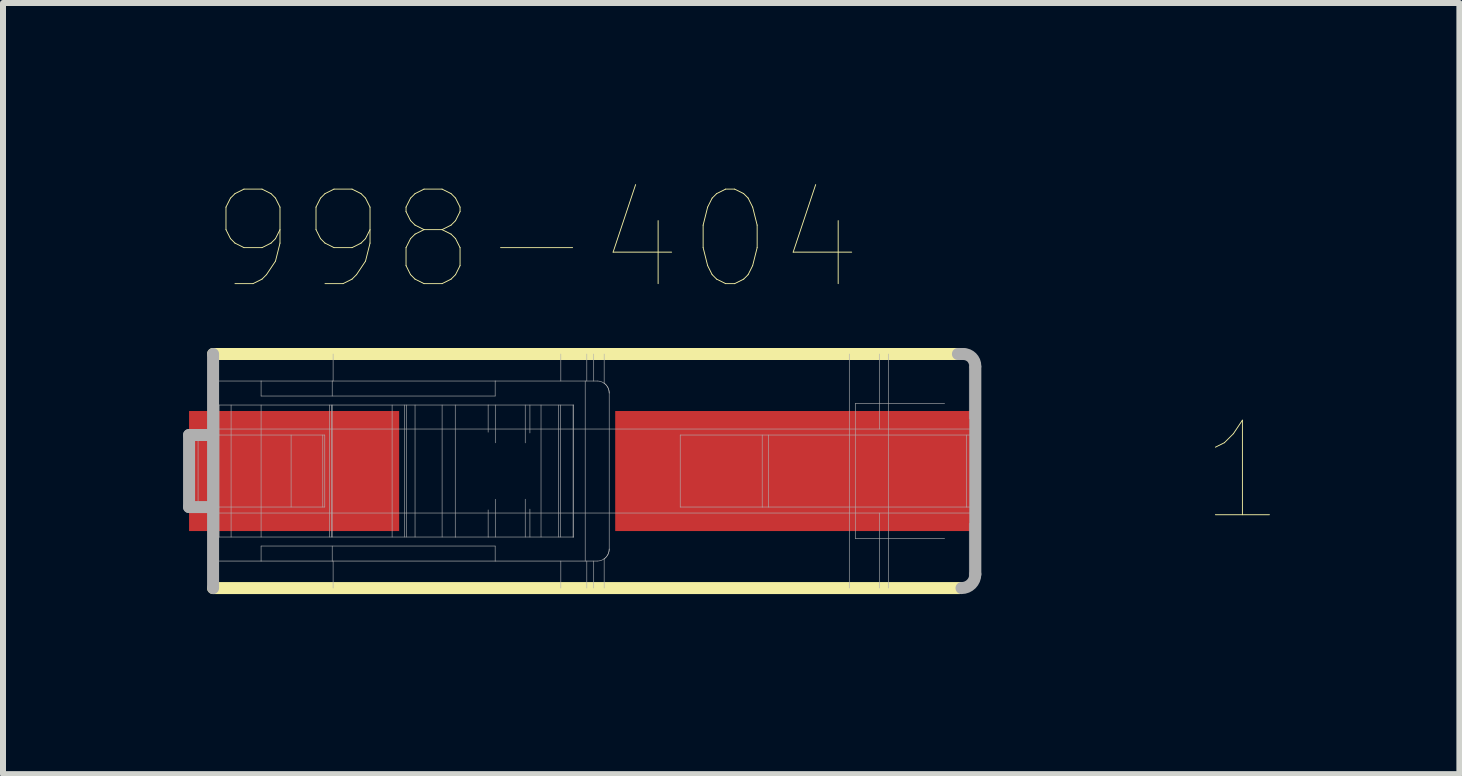
<source format=kicad_pcb>
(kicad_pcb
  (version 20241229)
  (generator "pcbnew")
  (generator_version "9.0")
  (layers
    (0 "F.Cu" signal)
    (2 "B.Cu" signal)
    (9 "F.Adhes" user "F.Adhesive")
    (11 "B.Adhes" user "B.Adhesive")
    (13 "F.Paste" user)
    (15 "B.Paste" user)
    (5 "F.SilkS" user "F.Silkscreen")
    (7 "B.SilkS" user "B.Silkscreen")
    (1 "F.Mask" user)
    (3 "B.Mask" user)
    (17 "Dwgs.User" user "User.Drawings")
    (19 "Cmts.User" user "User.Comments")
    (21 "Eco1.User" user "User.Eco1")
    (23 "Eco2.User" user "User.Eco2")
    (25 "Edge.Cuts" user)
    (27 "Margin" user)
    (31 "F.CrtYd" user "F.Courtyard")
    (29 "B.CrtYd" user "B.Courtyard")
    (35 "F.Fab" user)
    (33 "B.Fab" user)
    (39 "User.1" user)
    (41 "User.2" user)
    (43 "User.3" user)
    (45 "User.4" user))
  (footprint "998-404"
    (layer "F.Cu")
    (at 6.075 4.798)
    (property "Reference" "998-404" (at -0.185 -3.85 0) (layer "F.SilkS") (effects (font (size 1.575 1.575) (thickness 0.015))))
    (attr through_hole)
    (fp_line (start -5.575 1.95) (end 6.864 1.95) (stroke (width 0.2) (type solid)) (layer "F.SilkS"))
    (fp_line (start 6.8 -1.95) (end -5.575 -1.95) (stroke (width 0.2) (type solid)) (layer "F.SilkS"))
    (fp_line (start 6.815 -1.95) (end 6.835 -1.95) (stroke (width 0.2) (type solid)) (layer "F.SilkS"))
    (fp_line (start -5.975 0.6) (end -5.975 -0.6) (stroke (width 0.2) (type solid)) (layer "F.Fab"))
    (fp_line (start -5.825 0.6) (end -5.825 -0.6) (stroke (width 0.01) (type solid)) (layer "F.Fab"))
    (fp_line (start -5.575 -1.95) (end -5.575 -0.6) (stroke (width 0.2) (type solid)) (layer "F.Fab"))
    (fp_line (start -5.575 -1.5) (end -4.775 -1.5) (stroke (width 0.01) (type solid)) (layer "F.Fab"))
    (fp_line (start -5.575 -0.7) (end 7.125 -0.7) (stroke (width 0.01) (type solid)) (layer "F.Fab"))
    (fp_line (start -5.575 -0.6) (end -5.975 -0.6) (stroke (width 0.2) (type solid)) (layer "F.Fab"))
    (fp_line (start -5.575 -0.6) (end -5.575 0.6) (stroke (width 0.2) (type solid)) (layer "F.Fab"))
    (fp_line (start -5.575 -0.6) (end -3.714 -0.6) (stroke (width 0.01) (type solid)) (layer "F.Fab"))
    (fp_line (start -5.575 0.6) (end -5.975 0.6) (stroke (width 0.2) (type solid)) (layer "F.Fab"))
    (fp_line (start -5.575 0.6) (end -5.575 1.95) (stroke (width 0.2) (type solid)) (layer "F.Fab"))
    (fp_line (start -5.575 0.6) (end -3.714 0.6) (stroke (width 0.01) (type solid)) (layer "F.Fab"))
    (fp_line (start -5.475 -1.1) (end -5.475 1.1) (stroke (width 0.01) (type solid)) (layer "F.Fab"))
    (fp_line (start -5.275 1.1) (end -5.275 -1.1) (stroke (width 0.01) (type solid)) (layer "F.Fab"))
    (fp_line (start -4.775 -1.5) (end -4.775 -1.25) (stroke (width 0.01) (type solid)) (layer "F.Fab"))
    (fp_line (start -4.775 -1.5) (end -3.59 -1.5) (stroke (width 0.01) (type solid)) (layer "F.Fab"))
    (fp_line (start -4.775 -1.25) (end -0.875 -1.25) (stroke (width 0.01) (type solid)) (layer "F.Fab"))
    (fp_line (start -4.775 -1.1) (end -4.775 1.1) (stroke (width 0.01) (type solid)) (layer "F.Fab"))
    (fp_line (start -4.775 1.5) (end -5.575 1.5) (stroke (width 0.01) (type solid)) (layer "F.Fab"))
    (fp_line (start -4.775 1.5) (end -4.775 1.25) (stroke (width 0.01) (type solid)) (layer "F.Fab"))
    (fp_line (start -4.275 0.6) (end -4.275 -0.6) (stroke (width 0.01) (type solid)) (layer "F.Fab"))
    (fp_line (start -3.747 0.6) (end -3.747 -0.6) (stroke (width 0.01) (type solid)) (layer "F.Fab"))
    (fp_line (start -3.714 0.6) (end -3.714 -0.6) (stroke (width 0.01) (type solid)) (layer "F.Fab"))
    (fp_line (start -3.634 1.1) (end -3.634 -1.1) (stroke (width 0.01) (type solid)) (layer "F.Fab"))
    (fp_line (start -3.599 1.1) (end -3.599 -1.1) (stroke (width 0.01) (type solid)) (layer "F.Fab"))
    (fp_line (start -3.59 -1.5) (end -3.59 -1.25) (stroke (width 0.01) (type solid)) (layer "F.Fab"))
    (fp_line (start -3.59 -1.5) (end -0.875 -1.5) (stroke (width 0.01) (type solid)) (layer "F.Fab"))
    (fp_line (start -3.59 1.1) (end -3.59 -1.1) (stroke (width 0.01) (type solid)) (layer "F.Fab"))
    (fp_line (start -3.59 1.5) (end -4.775 1.5) (stroke (width 0.01) (type solid)) (layer "F.Fab"))
    (fp_line (start -3.59 1.5) (end -3.59 1.25) (stroke (width 0.01) (type solid)) (layer "F.Fab"))
    (fp_line (start -3.575 -1.95) (end -3.575 -1.5) (stroke (width 0.01) (type solid)) (layer "F.Fab"))
    (fp_line (start -3.575 1.5) (end -3.575 1.95) (stroke (width 0.01) (type solid)) (layer "F.Fab"))
    (fp_line (start -2.592 1.1) (end -2.592 -1.1) (stroke (width 0.01) (type solid)) (layer "F.Fab"))
    (fp_line (start -2.382 1.1) (end -2.382 -1.1) (stroke (width 0.01) (type solid)) (layer "F.Fab"))
    (fp_line (start -2.353 1.1) (end -2.353 -1.1) (stroke (width 0.01) (type solid)) (layer "F.Fab"))
    (fp_line (start -2.21 1.1) (end -2.21 -1.1) (stroke (width 0.01) (type solid)) (layer "F.Fab"))
    (fp_line (start -1.759 1.1) (end -1.759 -1.1) (stroke (width 0.01) (type solid)) (layer "F.Fab"))
    (fp_line (start -1.54 1.1) (end -5.475 1.1) (stroke (width 0.01) (type solid)) (layer "F.Fab"))
    (fp_line (start -1.54 1.1) (end -1.54 -1.1) (stroke (width 0.01) (type solid)) (layer "F.Fab"))
    (fp_line (start -0.992 -1.1) (end -5.475 -1.1) (stroke (width 0.01) (type solid)) (layer "F.Fab"))
    (fp_line (start -0.992 -0.647) (end -0.992 -1.1) (stroke (width 0.01) (type solid)) (layer "F.Fab"))
    (fp_line (start -0.992 1.1) (end -1.54 1.1) (stroke (width 0.01) (type solid)) (layer "F.Fab"))
    (fp_line (start -0.992 1.1) (end -0.992 0.647) (stroke (width 0.01) (type solid)) (layer "F.Fab"))
    (fp_line (start -0.875 -1.5) (end -0.875 -1.25) (stroke (width 0.01) (type solid)) (layer "F.Fab"))
    (fp_line (start -0.875 -1.5) (end 0.825 -1.5) (stroke (width 0.01) (type solid)) (layer "F.Fab"))
    (fp_line (start -0.875 1.25) (end -4.775 1.25) (stroke (width 0.01) (type solid)) (layer "F.Fab"))
    (fp_line (start -0.875 1.5) (end -3.59 1.5) (stroke (width 0.01) (type solid)) (layer "F.Fab"))
    (fp_line (start -0.875 1.5) (end -0.875 1.25) (stroke (width 0.01) (type solid)) (layer "F.Fab"))
    (fp_line (start -0.873 -0.47) (end -0.873 -1.1) (stroke (width 0.01) (type solid)) (layer "F.Fab"))
    (fp_line (start -0.873 1.1) (end -0.873 0.47) (stroke (width 0.01) (type solid)) (layer "F.Fab"))
    (fp_line (start -0.374 -0.469) (end -0.374 -1.1) (stroke (width 0.01) (type solid)) (layer "F.Fab"))
    (fp_line (start -0.374 1.1) (end -0.374 0.469) (stroke (width 0.01) (type solid)) (layer "F.Fab"))
    (fp_line (start -0.296 -0.634) (end -0.296 -1.1) (stroke (width 0.01) (type solid)) (layer "F.Fab"))
    (fp_line (start -0.296 1.1) (end -0.296 0.634) (stroke (width 0.01) (type solid)) (layer "F.Fab"))
    (fp_line (start -0.111 1.1) (end -0.111 -1.1) (stroke (width 0.01) (type solid)) (layer "F.Fab"))
    (fp_line (start 0.183 1.1) (end 0.183 -1.1) (stroke (width 0.01) (type solid)) (layer "F.Fab"))
    (fp_line (start 0.212 1.1) (end 0.212 -1.1) (stroke (width 0.01) (type solid)) (layer "F.Fab"))
    (fp_line (start 0.219 -1.95) (end 0.219 -1.5) (stroke (width 0.01) (type solid)) (layer "F.Fab"))
    (fp_line (start 0.219 1.5) (end 0.219 1.95) (stroke (width 0.01) (type solid)) (layer "F.Fab"))
    (fp_line (start 0.423 1.1) (end -0.992 1.1) (stroke (width 0.01) (type solid)) (layer "F.Fab"))
    (fp_line (start 0.423 1.1) (end 0.423 -1.1) (stroke (width 0.01) (type solid)) (layer "F.Fab"))
    (fp_line (start 0.433 -1.1) (end -0.992 -1.1) (stroke (width 0.01) (type solid)) (layer "F.Fab"))
    (fp_line (start 0.433 1.1) (end 0.423 1.1) (stroke (width 0.01) (type solid)) (layer "F.Fab"))
    (fp_line (start 0.433 1.1) (end 0.433 -1.1) (stroke (width 0.01) (type solid)) (layer "F.Fab"))
    (fp_line (start 0.625 -1.5) (end 0.625 1.5) (stroke (width 0.01) (type solid)) (layer "F.Fab"))
    (fp_line (start 0.652 -1.95) (end 0.652 -1.5) (stroke (width 0.01) (type solid)) (layer "F.Fab"))
    (fp_line (start 0.652 1.5) (end 0.652 1.95) (stroke (width 0.01) (type solid)) (layer "F.Fab"))
    (fp_line (start 0.767 -1.95) (end 0.767 -1.5) (stroke (width 0.01) (type solid)) (layer "F.Fab"))
    (fp_line (start 0.767 1.5) (end 0.767 1.95) (stroke (width 0.01) (type solid)) (layer "F.Fab"))
    (fp_line (start 0.825 1.5) (end -0.875 1.5) (stroke (width 0.01) (type solid)) (layer "F.Fab"))
    (fp_line (start 0.941 -1.95) (end 0.941 -1.463) (stroke (width 0.01) (type solid)) (layer "F.Fab"))
    (fp_line (start 0.941 1.463) (end 0.941 1.95) (stroke (width 0.01) (type solid)) (layer "F.Fab"))
    (fp_line (start 1.025 -1.3) (end 1.025 1.3) (stroke (width 0.01) (type solid)) (layer "F.Fab"))
    (fp_line (start 2.208 -0.6) (end 2.208 0.6) (stroke (width 0.01) (type solid)) (layer "F.Fab"))
    (fp_line (start 2.208 0.6) (end 3.574 0.6) (stroke (width 0.01) (type solid)) (layer "F.Fab"))
    (fp_line (start 3.574 0.6) (end 3.574 -0.6) (stroke (width 0.01) (type solid)) (layer "F.Fab"))
    (fp_line (start 3.574 0.6) (end 3.679 0.6) (stroke (width 0.01) (type solid)) (layer "F.Fab"))
    (fp_line (start 3.679 0.6) (end 3.679 -0.6) (stroke (width 0.01) (type solid)) (layer "F.Fab"))
    (fp_line (start 3.679 0.6) (end 6.975 0.6) (stroke (width 0.01) (type solid)) (layer "F.Fab"))
    (fp_line (start 5.025 -1.95) (end 5.025 1.95) (stroke (width 0.01) (type solid)) (layer "F.Fab"))
    (fp_line (start 5.125 1.125) (end 5.125 -1.125) (stroke (width 0.01) (type solid)) (layer "F.Fab"))
    (fp_line (start 5.125 1.125) (end 6.613 1.125) (stroke (width 0.01) (type solid)) (layer "F.Fab"))
    (fp_line (start 5.525 -1.95) (end 5.525 -0.7) (stroke (width 0.01) (type solid)) (layer "F.Fab"))
    (fp_line (start 5.525 0.7) (end 5.525 1.95) (stroke (width 0.01) (type solid)) (layer "F.Fab"))
    (fp_line (start 5.675 -1.95) (end 5.675 1.95) (stroke (width 0.01) (type solid)) (layer "F.Fab"))
    (fp_line (start 6.613 -1.125) (end 5.125 -1.125) (stroke (width 0.01) (type solid)) (layer "F.Fab"))
    (fp_line (start 6.925 -1.95) (end 6.835 -1.95) (stroke (width 0.2) (type solid)) (layer "F.Fab"))
    (fp_line (start 6.975 0.6) (end 6.975 -0.6) (stroke (width 0.01) (type solid)) (layer "F.Fab"))
    (fp_line (start 6.975 0.6) (end 7.125 0.6) (stroke (width 0.01) (type solid)) (layer "F.Fab"))
    (fp_line (start 7.024 -1.745) (end 7.024 -0.87) (stroke (width 0.01) (type solid)) (layer "F.Fab"))
    (fp_line (start 7.024 0.87) (end 7.024 1.789) (stroke (width 0.01) (type solid)) (layer "F.Fab"))
    (fp_line (start 7.125 -1.73) (end 7.125 1.72) (stroke (width 0.2) (type solid)) (layer "F.Fab"))
    (fp_line (start 7.125 -0.6) (end 2.208 -0.6) (stroke (width 0.01) (type solid)) (layer "F.Fab"))
    (fp_line (start 7.125 0.7) (end -5.575 0.7) (stroke (width 0.01) (type solid)) (layer "F.Fab"))
    (fp_arc (start 0.825 -1.5) (mid 0.885597 -1.490609) (end 0.9405 -1.4633) (stroke (width 0.01) (type solid)) (layer "F.Fab"))
    (fp_arc (start 0.9405 -1.4633) (mid 1.002628 -1.391936) (end 1.025 -1.3) (stroke (width 0.01) (type solid)) (layer "F.Fab"))
    (fp_arc (start 0.9405 -1.4633) (mid 1.002628 -1.391936) (end 1.025 -1.3) (stroke (width 0.01) (type solid)) (layer "F.Fab"))
    (fp_arc (start 0.9405 1.4633) (mid 0.885597 1.490609) (end 0.825 1.5) (stroke (width 0.01) (type solid)) (layer "F.Fab"))
    (fp_arc (start 1.025 1.3) (mid 1.002628 1.391936) (end 0.9405 1.4633) (stroke (width 0.01) (type solid)) (layer "F.Fab"))
    (fp_arc (start 1.025 1.3) (mid 1.002628 1.391936) (end 0.9405 1.4633) (stroke (width 0.01) (type solid)) (layer "F.Fab"))
    (fp_arc (start 6.835 -1.95) (mid 6.96935 -1.89435) (end 7.025 -1.76) (stroke (width 0.01) (type solid)) (layer "F.Fab"))
    (fp_arc (start 6.925 -1.95) (mid 7.066421 -1.891421) (end 7.125 -1.75) (stroke (width 0.2) (type solid)) (layer "F.Fab"))
    (fp_arc (start 7.025 1.8) (mid 6.981066 1.906066) (end 6.875 1.95) (stroke (width 0.01) (type solid)) (layer "F.Fab"))
    (fp_arc (start 7.125 1.72) (mid 7.057635 1.882635) (end 6.895 1.95) (stroke (width 0.2) (type solid)) (layer "F.Fab"))
    (fp_text user "1" (at 11.575 0 0) (layer "F.SilkS") (effects (font (size 1.575 1.575) (thickness 0.015))))
    (pad "L1.1" smd rect (at 4.125 0) (size 6 2) (layers "F.Cu" "F.Mask" "F.Paste"))
    (pad "L1.2" smd rect (at -4.225 0) (size 3.5 2) (layers "F.Cu" "F.Mask" "F.Paste")))
  (gr_rect
    (start -3 -3)
    (end 21.265 9.848)
    (stroke (width 0.1) (type default))
    (fill no)
    (layer "Edge.Cuts")))
</source>
